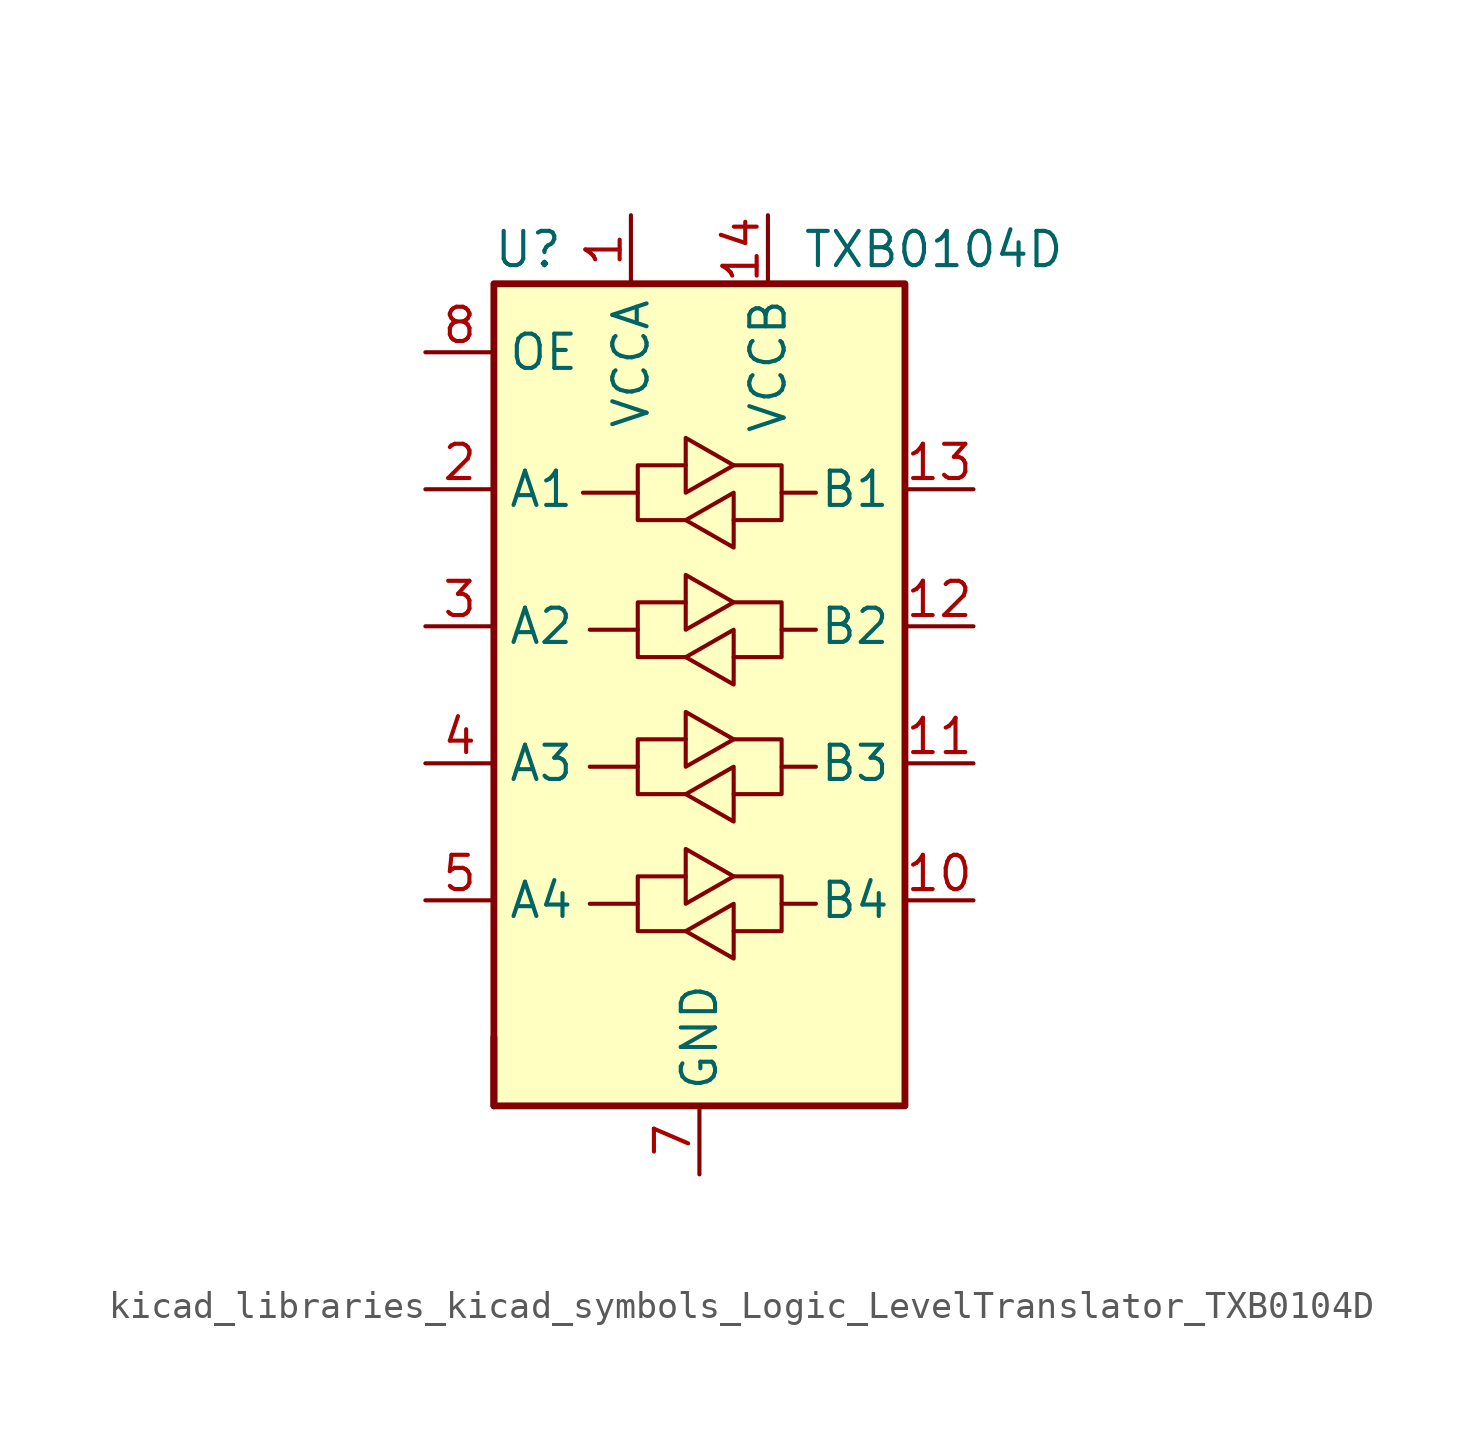
<source format=kicad_sym>
(kicad_symbol_lib
  (version 20220914)
  (generator kicad_symbol_editor)
  (symbol "kicad_libraries_kicad_symbols_Logic_LevelTranslator_TXB0104D"
    (property "Reference" "U"
      (at -6.35 16.51 0)
      (effects (font (size 1.27 1.27))))
    (property "Value" "TXB0104D"
      (at 3.81 16.51 0)
      (effects (font (size 1.27 1.27)) (justify left)))
    (symbol "kicad_libraries_kicad_symbols_Logic_LevelTranslator_TXB0104D_0_1"
      (rectangle (start -7.62 -15.24) (end -7.62 -12.7) (stroke (width 0.254) (type default)) (fill (type none)))
      (rectangle (start -7.62 15.24) (end 7.62 -15.24) (stroke (width 0.254) (type default)) (fill (type background)))
      (polyline (pts (xy -2.286 -7.747) (xy -2.286 -6.731) (xy -0.508 -6.731)) (stroke (width 0) (type default)) (fill (type none)))
      (polyline (pts (xy -2.286 -2.667) (xy -2.286 -1.651) (xy -0.508 -1.651)) (stroke (width 0) (type default)) (fill (type none)))
      (polyline (pts (xy -2.286 2.413) (xy -2.286 3.429) (xy -0.508 3.429)) (stroke (width 0) (type default)) (fill (type none)))
      (polyline (pts (xy -2.286 7.493) (xy -2.286 8.509) (xy -0.508 8.509)) (stroke (width 0) (type default)) (fill (type none)))
      (polyline (pts (xy 3.048 -7.747) (xy 3.048 -8.763) (xy 1.27 -8.763)) (stroke (width 0) (type default)) (fill (type none)))
      (polyline (pts (xy 3.048 -2.667) (xy 3.048 -3.683) (xy 1.27 -3.683)) (stroke (width 0) (type default)) (fill (type none)))
      (polyline (pts (xy 3.048 2.413) (xy 3.048 1.397) (xy 1.27 1.397)) (stroke (width 0) (type default)) (fill (type none)))
      (polyline (pts (xy 3.048 7.493) (xy 3.048 6.477) (xy 1.27 6.477)) (stroke (width 0) (type default)) (fill (type none)))
      (polyline (pts (xy -0.508 -8.763) (xy -2.286 -8.763) (xy -2.286 -7.747) (xy -4.064 -7.747)) (stroke (width 0) (type default)) (fill (type none)))
      (polyline (pts (xy -0.508 -8.763) (xy 1.27 -7.747) (xy 1.27 -9.779) (xy -0.508 -8.763)) (stroke (width 0) (type default)) (fill (type none)))
      (polyline (pts (xy -0.508 -3.683) (xy -2.286 -3.683) (xy -2.286 -2.667) (xy -4.064 -2.667)) (stroke (width 0) (type default)) (fill (type none)))
      (polyline (pts (xy -0.508 -3.683) (xy 1.27 -2.667) (xy 1.27 -4.699) (xy -0.508 -3.683)) (stroke (width 0) (type default)) (fill (type none)))
      (polyline (pts (xy -0.508 1.397) (xy -2.286 1.397) (xy -2.286 2.413) (xy -4.064 2.413)) (stroke (width 0) (type default)) (fill (type none)))
      (polyline (pts (xy -0.508 1.397) (xy 1.27 2.413) (xy 1.27 0.381) (xy -0.508 1.397)) (stroke (width 0) (type default)) (fill (type none)))
      (polyline (pts (xy -0.508 6.477) (xy -2.286 6.477) (xy -2.286 7.493) (xy -4.318 7.493)) (stroke (width 0) (type default)) (fill (type none)))
      (polyline (pts (xy -0.508 6.477) (xy 1.27 7.493) (xy 1.27 5.461) (xy -0.508 6.477)) (stroke (width 0) (type default)) (fill (type none)))
      (polyline (pts (xy 1.27 -6.731) (xy -0.508 -7.747) (xy -0.508 -5.715) (xy 1.27 -6.731)) (stroke (width 0) (type default)) (fill (type none)))
      (polyline (pts (xy 1.27 -6.731) (xy 3.048 -6.731) (xy 3.048 -7.747) (xy 4.318 -7.747)) (stroke (width 0) (type default)) (fill (type none)))
      (polyline (pts (xy 1.27 -1.651) (xy -0.508 -2.667) (xy -0.508 -0.635) (xy 1.27 -1.651)) (stroke (width 0) (type default)) (fill (type none)))
      (polyline (pts (xy 1.27 -1.651) (xy 3.048 -1.651) (xy 3.048 -2.667) (xy 4.318 -2.667)) (stroke (width 0) (type default)) (fill (type none)))
      (polyline (pts (xy 1.27 3.429) (xy -0.508 2.413) (xy -0.508 4.445) (xy 1.27 3.429)) (stroke (width 0) (type default)) (fill (type none)))
      (polyline (pts (xy 1.27 3.429) (xy 3.048 3.429) (xy 3.048 2.413) (xy 4.318 2.413)) (stroke (width 0) (type default)) (fill (type none)))
      (polyline (pts (xy 1.27 8.509) (xy -0.508 7.493) (xy -0.508 9.525) (xy 1.27 8.509)) (stroke (width 0) (type default)) (fill (type none)))
      (polyline (pts (xy 1.27 8.509) (xy 3.048 8.509) (xy 3.048 7.493) (xy 4.318 7.493)) (stroke (width 0) (type default)) (fill (type none))))
    (symbol "kicad_libraries_kicad_symbols_Logic_LevelTranslator_TXB0104D_1_1"
      (pin power_in line (at -2.54 17.78 270) (length 2.54) (name "VCCA" (effects (font (size 1.27 1.27)))) (number "1" (effects (font (size 1.27 1.27)))))
      (pin bidirectional line (at 10.16 -7.62 180) (length 2.54) (name "B4" (effects (font (size 1.27 1.27)))) (number "10" (effects (font (size 1.27 1.27)))))
      (pin bidirectional line (at 10.16 -2.54 180) (length 2.54) (name "B3" (effects (font (size 1.27 1.27)))) (number "11" (effects (font (size 1.27 1.27)))))
      (pin bidirectional line (at 10.16 2.54 180) (length 2.54) (name "B2" (effects (font (size 1.27 1.27)))) (number "12" (effects (font (size 1.27 1.27)))))
      (pin bidirectional line (at 10.16 7.62 180) (length 2.54) (name "B1" (effects (font (size 1.27 1.27)))) (number "13" (effects (font (size 1.27 1.27)))))
      (pin power_in line (at 2.54 17.78 270) (length 2.54) (name "VCCB" (effects (font (size 1.27 1.27)))) (number "14" (effects (font (size 1.27 1.27)))))
      (pin bidirectional line (at -10.16 7.62 0) (length 2.54) (name "A1" (effects (font (size 1.27 1.27)))) (number "2" (effects (font (size 1.27 1.27)))))
      (pin bidirectional line (at -10.16 2.54 0) (length 2.54) (name "A2" (effects (font (size 1.27 1.27)))) (number "3" (effects (font (size 1.27 1.27)))))
      (pin bidirectional line (at -10.16 -2.54 0) (length 2.54) (name "A3" (effects (font (size 1.27 1.27)))) (number "4" (effects (font (size 1.27 1.27)))))
      (pin bidirectional line (at -10.16 -7.62 0) (length 2.54) (name "A4" (effects (font (size 1.27 1.27)))) (number "5" (effects (font (size 1.27 1.27)))))
      (pin no_connect line (at -7.62 -12.7 0) (length 2.54) hide (name "NC" (effects (font (size 1.27 1.27)))) (number "6" (effects (font (size 1.27 1.27)))))
      (pin power_in line (at 0 -17.78 90) (length 2.54) (name "GND" (effects (font (size 1.27 1.27)))) (number "7" (effects (font (size 1.27 1.27)))))
      (pin input line (at -10.16 12.7 0) (length 2.54) (name "OE" (effects (font (size 1.27 1.27)))) (number "8" (effects (font (size 1.27 1.27)))))
      (pin no_connect line (at 7.62 -12.7 180) (length 2.54) hide (name "NC" (effects (font (size 1.27 1.27)))) (number "9" (effects (font (size 1.27 1.27))))))))
</source>
